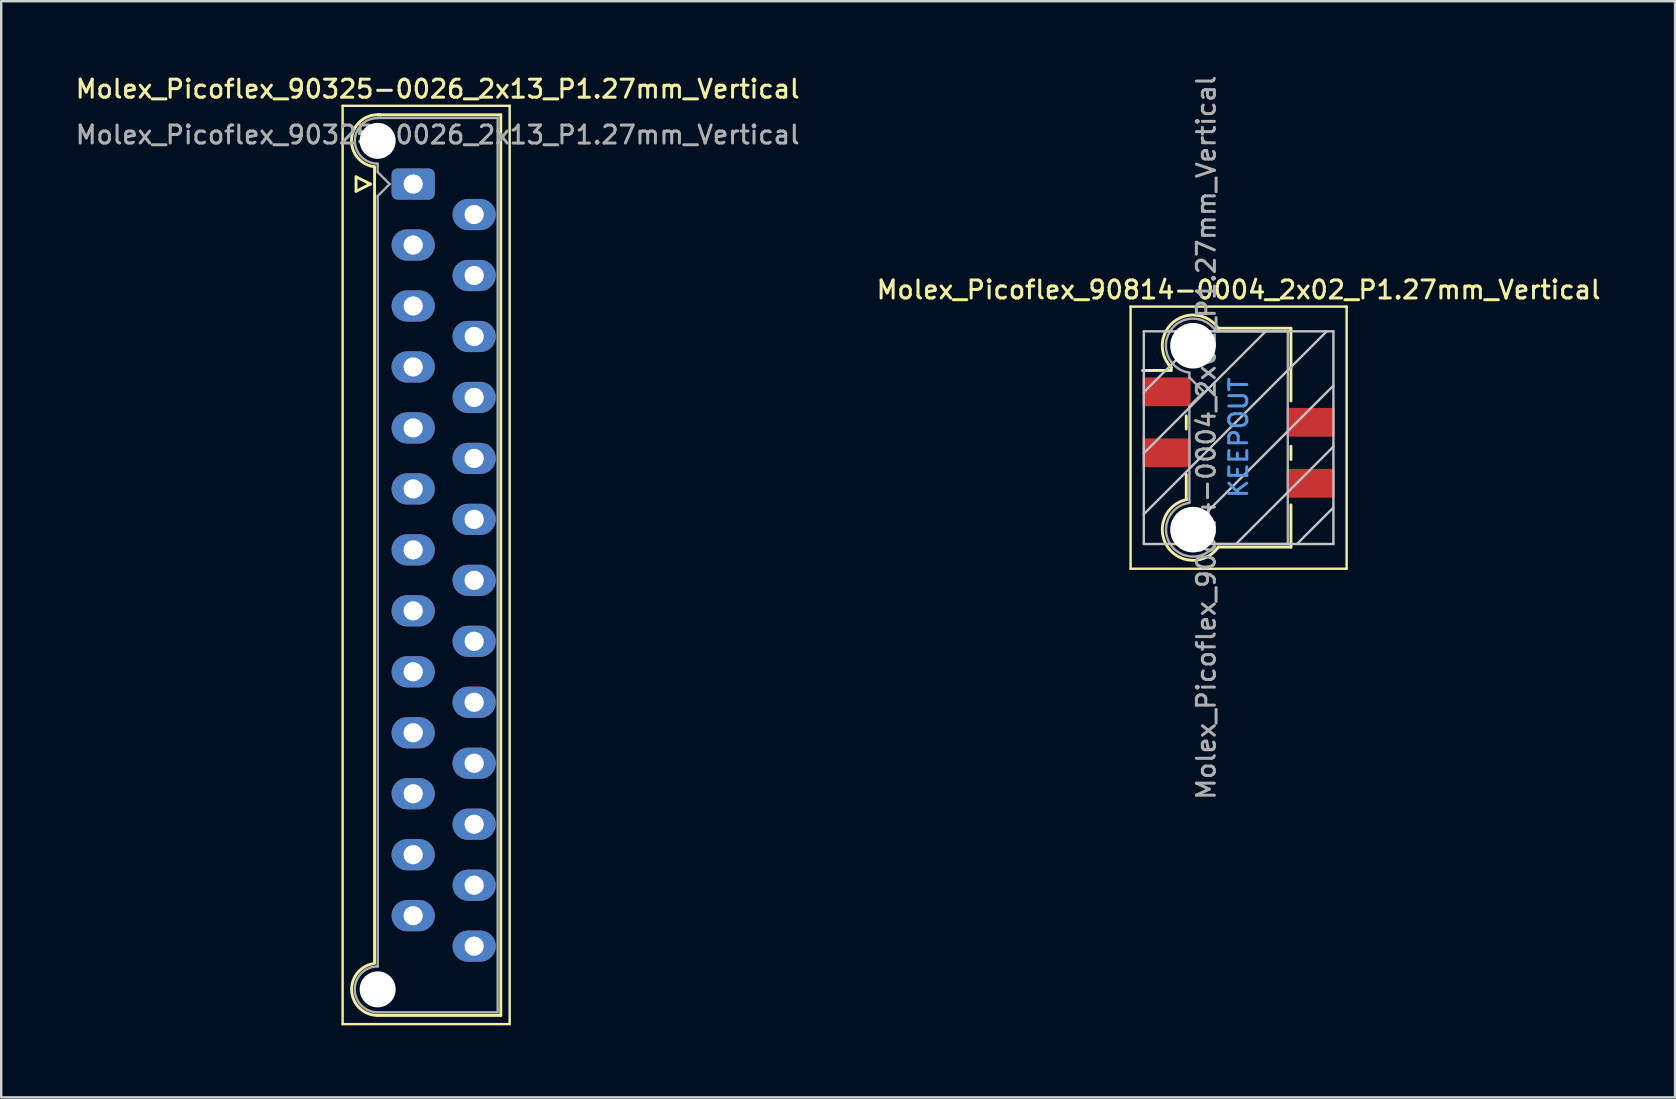
<source format=kicad_pcb>
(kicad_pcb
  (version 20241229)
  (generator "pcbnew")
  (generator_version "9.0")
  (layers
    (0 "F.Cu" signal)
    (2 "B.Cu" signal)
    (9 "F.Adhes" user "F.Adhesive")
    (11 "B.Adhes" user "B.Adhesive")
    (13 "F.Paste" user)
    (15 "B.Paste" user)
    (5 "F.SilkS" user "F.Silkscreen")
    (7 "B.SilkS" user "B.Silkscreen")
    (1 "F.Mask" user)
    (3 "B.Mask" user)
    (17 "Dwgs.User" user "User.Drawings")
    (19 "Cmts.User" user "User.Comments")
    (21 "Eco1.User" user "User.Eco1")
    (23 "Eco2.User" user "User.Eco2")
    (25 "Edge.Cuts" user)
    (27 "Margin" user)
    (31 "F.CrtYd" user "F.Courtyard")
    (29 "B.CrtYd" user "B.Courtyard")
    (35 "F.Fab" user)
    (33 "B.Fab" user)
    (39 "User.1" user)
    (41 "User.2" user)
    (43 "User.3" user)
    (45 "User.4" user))
  (footprint "Molex_Picoflex_90814-0004_2x02_P1.27mm_Vertical"
    (layer "F.Cu")
    (at 48.552 15.184)
    (property "Reference" "Molex_Picoflex_90814-0004_2x02_P1.27mm_Vertical" (at 0 -6.16 0) (layer "F.SilkS") (effects (font (size 0.75 0.75) (thickness 0.125))))
    (attr smd)
    (fp_line (start -4.5 -5.46) (end -4.5 5.46) (stroke (width 0.1) (type solid)) (layer "F.SilkS"))
    (fp_line (start -4.5 5.46) (end 4.5 5.46) (stroke (width 0.1) (type solid)) (layer "F.SilkS"))
    (fp_line (start -2.81 -2.93) (end -2.81 -2.8) (stroke (width 0.12) (type solid)) (layer "F.SilkS"))
    (fp_line (start -2.81 -2.8) (end -4 -2.8) (stroke (width 0.12) (type solid)) (layer "F.SilkS"))
    (fp_line (start -2.18 -0.36) (end -2.18 -0.91) (stroke (width 0.12) (type solid)) (layer "F.SilkS"))
    (fp_line (start -2.18 2.58) (end -2.18 1.53) (stroke (width 0.12) (type solid)) (layer "F.SilkS"))
    (fp_line (start 2.18 -4.56) (end -0.82 -4.56) (stroke (width 0.12) (type solid)) (layer "F.SilkS"))
    (fp_line (start 2.18 -4.56) (end 2.18 -1.53) (stroke (width 0.12) (type solid)) (layer "F.SilkS"))
    (fp_line (start 2.18 0.36) (end 2.18 0.91) (stroke (width 0.12) (type solid)) (layer "F.SilkS"))
    (fp_line (start 2.18 2.8) (end 2.18 4.56) (stroke (width 0.12) (type solid)) (layer "F.SilkS"))
    (fp_line (start 2.18 4.56) (end -0.85 4.56) (stroke (width 0.12) (type solid)) (layer "F.SilkS"))
    (fp_line (start 4.5 -5.46) (end -4.5 -5.46) (stroke (width 0.1) (type solid)) (layer "F.SilkS"))
    (fp_line (start 4.5 5.46) (end 4.5 -5.46) (stroke (width 0.1) (type solid)) (layer "F.SilkS"))
    (fp_arc (start -2.81 -2.93) (mid -2.708637 -4.822072) (end -0.834991 -4.539828) (stroke (width 0.12) (type solid)) (layer "F.SilkS"))
    (fp_arc (start -0.85 4.56) (mid -2.962791 4.541248) (end -2.174424 2.580964) (stroke (width 0.12) (type solid)) (layer "F.SilkS"))
    (fp_line (start -3.95 -4.43) (end -3.95 4.43) (stroke (width 0.1) (type solid)) (layer "Dwgs.User"))
    (fp_line (start -3.95 -1.89) (end -1.41 -4.43) (stroke (width 0.1) (type solid)) (layer "Dwgs.User"))
    (fp_line (start -3.95 0.65) (end 1.13 -4.43) (stroke (width 0.1) (type solid)) (layer "Dwgs.User"))
    (fp_line (start -3.95 3.19) (end 3.67 -4.43) (stroke (width 0.1) (type solid)) (layer "Dwgs.User"))
    (fp_line (start -3.95 4.43) (end 3.95 4.43) (stroke (width 0.1) (type solid)) (layer "Dwgs.User"))
    (fp_line (start -2.65 4.43) (end 3.95 -2.17) (stroke (width 0.1) (type solid)) (layer "Dwgs.User"))
    (fp_line (start -0.11 4.43) (end 3.95 0.37) (stroke (width 0.1) (type solid)) (layer "Dwgs.User"))
    (fp_line (start 2.43 4.43) (end 3.95 2.91) (stroke (width 0.1) (type solid)) (layer "Dwgs.User"))
    (fp_line (start 3.95 -4.43) (end -3.95 -4.43) (stroke (width 0.1) (type solid)) (layer "Dwgs.User"))
    (fp_line (start 3.95 4.43) (end 3.95 -4.43) (stroke (width 0.1) (type solid)) (layer "Dwgs.User"))
    (fp_line (start -2.05 -2.51) (end -2.05 -2.71) (stroke (width 0.1) (type solid)) (layer "F.Fab"))
    (fp_line (start -2.05 -1.31) (end -1.45 -1.91) (stroke (width 0.1) (type solid)) (layer "F.Fab"))
    (fp_line (start -2.05 2.71) (end -2.05 -1.31) (stroke (width 0.1) (type solid)) (layer "F.Fab"))
    (fp_line (start -1.45 -1.91) (end -2.05 -2.51) (stroke (width 0.1) (type solid)) (layer "F.Fab"))
    (fp_line (start 2.05 -4.43) (end -0.93 -4.43) (stroke (width 0.1) (type solid)) (layer "F.Fab"))
    (fp_line (start 2.05 -4.43) (end 2.05 4.43) (stroke (width 0.1) (type solid)) (layer "F.Fab"))
    (fp_line (start 2.05 4.43) (end -0.95 4.43) (stroke (width 0.1) (type solid)) (layer "F.Fab"))
    (fp_arc (start -2.05 -2.71) (mid -2.851672 -4.439279) (end -0.945612 -4.435015) (stroke (width 0.1) (type solid)) (layer "F.Fab"))
    (fp_arc (start -0.95 4.43) (mid -2.845272 4.437422) (end -2.051022 2.716585) (stroke (width 0.1) (type solid)) (layer "F.Fab"))
    (fp_text user "KEEPOUT" (at 0 0 90) (layer "Cmts.User") (effects (font (size 0.75 0.75) (thickness 0.125))))
    (fp_text user "${REFERENCE}" (at -1.35 0 90) (layer "F.Fab") (effects (font (size 0.75 0.75) (thickness 0.125))))
    (pad "" np_thru_hole circle (at -1.9 -3.83) (size 1.9 1.9) (drill 1.9) (layers "*.Cu" "*.Mask"))
    (pad "" np_thru_hole circle (at -1.9 3.83) (size 1.9 1.9) (drill 1.9) (layers "*.Cu" "*.Mask"))
    (pad "1" smd rect (at -3 -1.91) (size 2 1.2) (layers "F.Cu" "F.Mask" "F.Paste"))
    (pad "2" smd rect (at 3 -0.64) (size 2 1.2) (layers "F.Cu" "F.Mask" "F.Paste"))
    (pad "3" smd rect (at -3 0.63) (size 2 1.2) (layers "F.Cu" "F.Mask" "F.Paste"))
    (pad "4" smd rect (at 3 1.9) (size 2 1.2) (layers "F.Cu" "F.Mask" "F.Paste")))
  (footprint "Molex_Picoflex_90325-0026_2x13_P1.27mm_Vertical"
    (layer "F.Cu")
    (at 14.164 4.618)
    (property "Reference" "Molex_Picoflex_90325-0026_2x13_P1.27mm_Vertical" (at 1.02 -3.96 0) (layer "F.SilkS") (effects (font (size 0.75 0.75) (thickness 0.125))))
    (attr through_hole)
    (fp_line (start -2.94 -3.26) (end -2.94 35) (stroke (width 0.1) (type solid)) (layer "F.SilkS"))
    (fp_line (start -2.94 35) (end 4.02 35) (stroke (width 0.1) (type solid)) (layer "F.SilkS"))
    (fp_line (start -2.38 -0.3) (end -2.38 0.3) (stroke (width 0.12) (type solid)) (layer "F.SilkS"))
    (fp_line (start -2.38 0.3) (end -1.78 0) (stroke (width 0.12) (type solid)) (layer "F.SilkS"))
    (fp_line (start -1.78 0) (end -2.38 -0.3) (stroke (width 0.12) (type solid)) (layer "F.SilkS"))
    (fp_line (start -1.61 -0.715) (end -1.61 32.465) (stroke (width 0.12) (type solid)) (layer "F.SilkS"))
    (fp_line (start -1.48 -2.885) (end 3.65 -2.885) (stroke (width 0.12) (type solid)) (layer "F.SilkS"))
    (fp_line (start 3.65 -2.885) (end 3.65 34.635) (stroke (width 0.12) (type solid)) (layer "F.SilkS"))
    (fp_line (start 3.65 34.635) (end -1.48 34.635) (stroke (width 0.12) (type solid)) (layer "F.SilkS"))
    (fp_line (start 4.02 -3.26) (end -2.94 -3.26) (stroke (width 0.1) (type solid)) (layer "F.SilkS"))
    (fp_line (start 4.02 35) (end 4.02 -3.26) (stroke (width 0.1) (type solid)) (layer "F.SilkS"))
    (fp_arc (start -1.61 -0.72) (mid -2.56 -1.93) (end -1.35 -2.88) (stroke (width 0.12) (type solid)) (layer "F.SilkS"))
    (fp_arc (start -1.47 34.635) (mid -2.56 33.654526) (end -1.678256 32.48322) (stroke (width 0.12) (type solid)) (layer "F.SilkS"))
    (fp_line (start -1.48 -2.755) (end 3.52 -2.755) (stroke (width 0.1) (type solid)) (layer "F.Fab"))
    (fp_line (start -1.48 -0.845) (end -1.48 -0.5) (stroke (width 0.1) (type solid)) (layer "F.Fab"))
    (fp_line (start -1.48 -0.5) (end -0.98 0) (stroke (width 0.1) (type solid)) (layer "F.Fab"))
    (fp_line (start -1.48 0.5) (end -1.48 32.595) (stroke (width 0.1) (type solid)) (layer "F.Fab"))
    (fp_line (start -0.98 0) (end -1.48 0.5) (stroke (width 0.1) (type solid)) (layer "F.Fab"))
    (fp_line (start 3.52 -2.755) (end 3.52 34.505) (stroke (width 0.1) (type solid)) (layer "F.Fab"))
    (fp_line (start 3.52 34.505) (end -1.48 34.505) (stroke (width 0.1) (type solid)) (layer "F.Fab"))
    (fp_arc (start -1.48 -0.85) (mid -2.43 -1.8) (end -1.48 -2.75) (stroke (width 0.1) (type solid)) (layer "F.Fab"))
    (fp_arc (start -1.48 34.505) (mid -2.435 33.55) (end -1.48 32.595) (stroke (width 0.1) (type solid)) (layer "F.Fab"))
    (fp_text user "${REFERENCE}" (at 1.02 -2.05 0) (layer "F.Fab") (effects (font (size 0.75 0.75) (thickness 0.125))))
    (pad "" np_thru_hole circle (at -1.48 -1.8) (size 1.5 1.5) (drill 1.5) (layers "*.Cu" "*.Mask"))
    (pad "" np_thru_hole circle (at -1.48 33.55) (size 1.5 1.5) (drill 1.5) (layers "*.Cu" "*.Mask"))
    (pad "1" thru_hole roundrect (at 0 0) (size 1.8 1.3) (drill 0.8) (layers "*.Cu" "*.Mask") (roundrect_rratio 0.192))
    (pad "2" thru_hole oval (at 2.54 1.27) (size 1.8 1.3) (drill 0.8) (layers "*.Cu" "*.Mask"))
    (pad "3" thru_hole oval (at 0 2.54) (size 1.8 1.3) (drill 0.8) (layers "*.Cu" "*.Mask"))
    (pad "4" thru_hole oval (at 2.54 3.81) (size 1.8 1.3) (drill 0.8) (layers "*.Cu" "*.Mask"))
    (pad "5" thru_hole oval (at 0 5.08) (size 1.8 1.3) (drill 0.8) (layers "*.Cu" "*.Mask"))
    (pad "6" thru_hole oval (at 2.54 6.35) (size 1.8 1.3) (drill 0.8) (layers "*.Cu" "*.Mask"))
    (pad "7" thru_hole oval (at 0 7.62) (size 1.8 1.3) (drill 0.8) (layers "*.Cu" "*.Mask"))
    (pad "8" thru_hole oval (at 2.54 8.89) (size 1.8 1.3) (drill 0.8) (layers "*.Cu" "*.Mask"))
    (pad "9" thru_hole oval (at 0 10.16) (size 1.8 1.3) (drill 0.8) (layers "*.Cu" "*.Mask"))
    (pad "10" thru_hole oval (at 2.54 11.43) (size 1.8 1.3) (drill 0.8) (layers "*.Cu" "*.Mask"))
    (pad "11" thru_hole oval (at 0 12.7) (size 1.8 1.3) (drill 0.8) (layers "*.Cu" "*.Mask"))
    (pad "12" thru_hole oval (at 2.54 13.97) (size 1.8 1.3) (drill 0.8) (layers "*.Cu" "*.Mask"))
    (pad "13" thru_hole oval (at 0 15.24) (size 1.8 1.3) (drill 0.8) (layers "*.Cu" "*.Mask"))
    (pad "14" thru_hole oval (at 2.54 16.51) (size 1.8 1.3) (drill 0.8) (layers "*.Cu" "*.Mask"))
    (pad "15" thru_hole oval (at 0 17.78) (size 1.8 1.3) (drill 0.8) (layers "*.Cu" "*.Mask"))
    (pad "16" thru_hole oval (at 2.54 19.05) (size 1.8 1.3) (drill 0.8) (layers "*.Cu" "*.Mask"))
    (pad "17" thru_hole oval (at 0 20.32) (size 1.8 1.3) (drill 0.8) (layers "*.Cu" "*.Mask"))
    (pad "18" thru_hole oval (at 2.54 21.59) (size 1.8 1.3) (drill 0.8) (layers "*.Cu" "*.Mask"))
    (pad "19" thru_hole oval (at 0 22.86) (size 1.8 1.3) (drill 0.8) (layers "*.Cu" "*.Mask"))
    (pad "20" thru_hole oval (at 2.54 24.13) (size 1.8 1.3) (drill 0.8) (layers "*.Cu" "*.Mask"))
    (pad "21" thru_hole oval (at 0 25.4) (size 1.8 1.3) (drill 0.8) (layers "*.Cu" "*.Mask"))
    (pad "22" thru_hole oval (at 2.54 26.67) (size 1.8 1.3) (drill 0.8) (layers "*.Cu" "*.Mask"))
    (pad "23" thru_hole oval (at 0 27.94) (size 1.8 1.3) (drill 0.8) (layers "*.Cu" "*.Mask"))
    (pad "24" thru_hole oval (at 2.54 29.21) (size 1.8 1.3) (drill 0.8) (layers "*.Cu" "*.Mask"))
    (pad "25" thru_hole oval (at 0 30.48) (size 1.8 1.3) (drill 0.8) (layers "*.Cu" "*.Mask"))
    (pad "26" thru_hole oval (at 2.54 31.75) (size 1.8 1.3) (drill 0.8) (layers "*.Cu" "*.Mask")))
  (gr_rect
    (start -3 -3)
    (end 66.736 42.668)
    (stroke (width 0.1) (type default))
    (fill no)
    (layer "Edge.Cuts")))
</source>
